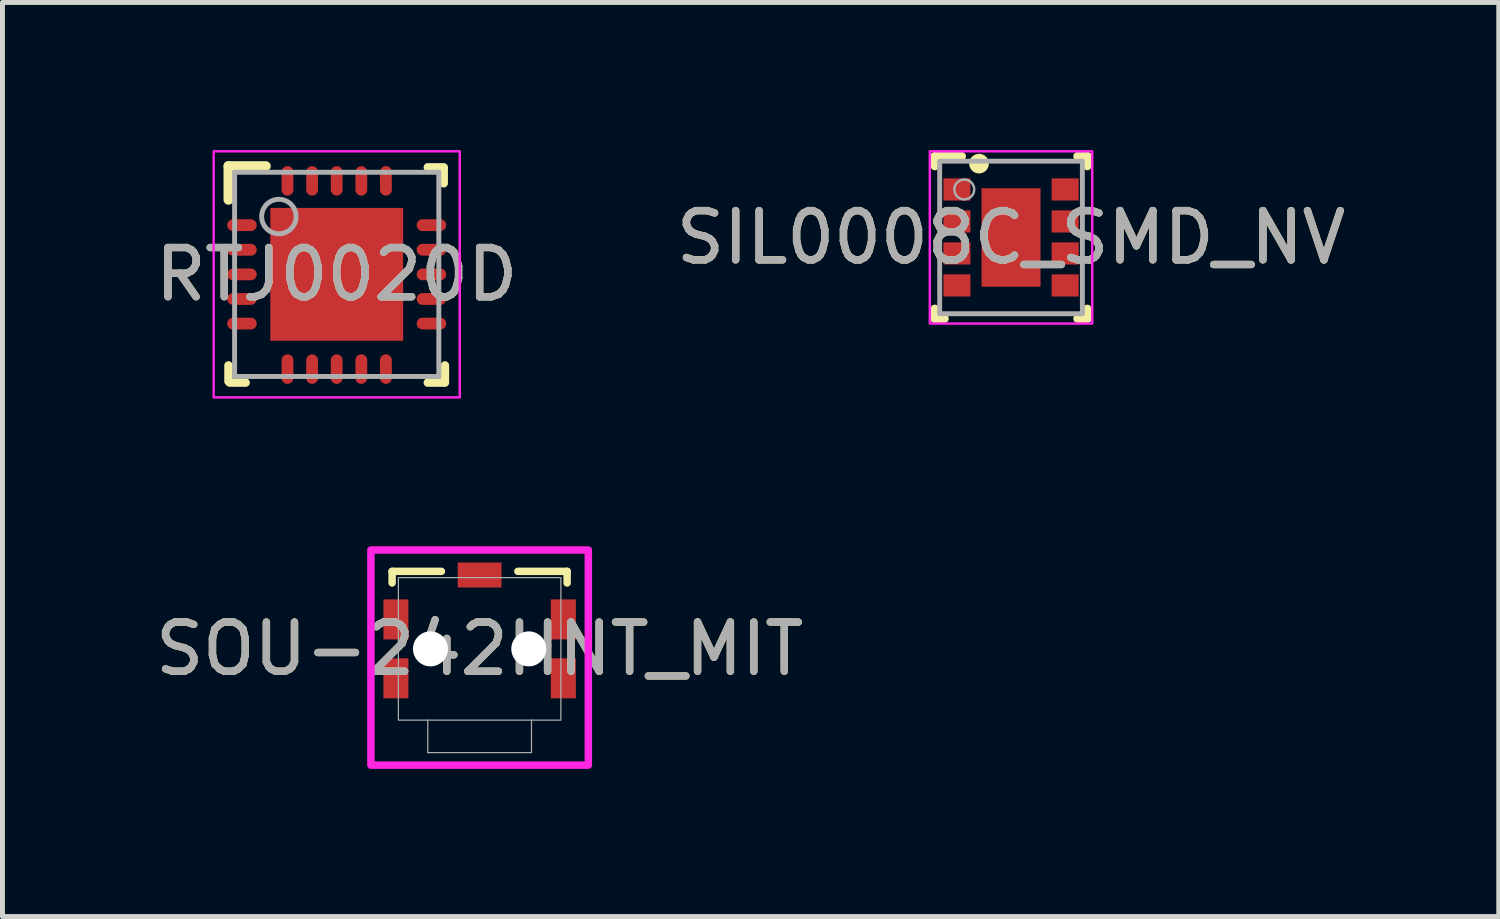
<source format=kicad_pcb>
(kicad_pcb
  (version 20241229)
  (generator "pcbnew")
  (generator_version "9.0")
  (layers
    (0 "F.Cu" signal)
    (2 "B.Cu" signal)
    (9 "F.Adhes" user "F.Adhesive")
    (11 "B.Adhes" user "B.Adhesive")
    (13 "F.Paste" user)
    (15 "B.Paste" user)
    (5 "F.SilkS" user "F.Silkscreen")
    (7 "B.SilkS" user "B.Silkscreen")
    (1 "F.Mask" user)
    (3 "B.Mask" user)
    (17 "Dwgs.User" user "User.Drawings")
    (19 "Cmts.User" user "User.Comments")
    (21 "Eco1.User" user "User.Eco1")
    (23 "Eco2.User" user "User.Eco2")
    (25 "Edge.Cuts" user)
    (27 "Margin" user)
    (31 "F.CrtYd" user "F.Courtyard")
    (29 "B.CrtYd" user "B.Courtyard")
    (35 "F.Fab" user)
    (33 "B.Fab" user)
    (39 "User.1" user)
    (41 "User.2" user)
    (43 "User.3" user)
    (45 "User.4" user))
  (footprint "SIL0008C_SMD_NV"
    (layer "F.Cu")
    (at 17.494 1.775)
    (property "Reference" "SIL0008C_SMD_NV" (at 0 0 0) (unlocked yes) (layer "F.SilkS") (effects (font (size 1 1) (thickness 0.15))))
    (attr smd)
    (fp_line (start -1.55 -1.65) (end -1 -1.65) (stroke (width 0.17) (type solid)) (layer "F.SilkS"))
    (fp_line (start -1.55 -1.45) (end -1.55 -1.65) (stroke (width 0.17) (type solid)) (layer "F.SilkS"))
    (fp_line (start -1.55 1.65) (end -1.55 1.45) (stroke (width 0.17) (type solid)) (layer "F.SilkS"))
    (fp_line (start -1.55 1.65) (end -1.35 1.65) (stroke (width 0.17) (type solid)) (layer "F.SilkS"))
    (fp_line (start 1.35 -1.65) (end 1.55 -1.65) (stroke (width 0.17) (type solid)) (layer "F.SilkS"))
    (fp_line (start 1.35 1.65) (end 1.55 1.65) (stroke (width 0.17) (type solid)) (layer "F.SilkS"))
    (fp_line (start 1.55 -1.45) (end 1.55 -1.65) (stroke (width 0.17) (type solid)) (layer "F.SilkS"))
    (fp_line (start 1.55 1.65) (end 1.55 1.45) (stroke (width 0.17) (type solid)) (layer "F.SilkS"))
    (fp_circle (center -0.65 -1.5) (end -0.45 -1.5) (stroke (width 0) (type solid)) (fill yes) (layer "F.SilkS"))
    (fp_poly (pts (xy -0.52 -0.1) (xy 0.52 -0.1) (xy 0.52 -0.95) (xy -0.52 -0.95)) (stroke (width 0) (type solid)) (fill yes) (layer "F.Paste"))
    (fp_poly (pts (xy -0.52 0.95) (xy 0.52 0.95) (xy 0.52 0.1) (xy -0.52 0.1)) (stroke (width 0) (type solid)) (fill yes) (layer "F.Paste"))
    (fp_rect (start -1.65 -1.75) (end 1.65 1.75) (stroke (width 0.05) (type default)) (fill no) (layer "F.CrtYd"))
    (fp_rect (start -1.45 -1.55) (end 1.45 1.55) (stroke (width 0.1) (type solid)) (fill no) (layer "F.Fab"))
    (fp_circle (center -0.95 -0.975) (end -0.748 -0.975) (stroke (width 0.05) (type solid)) (fill no) (layer "F.Fab"))
    (fp_text user "${REFERENCE}" (at 0 0 0) (unlocked yes) (layer "F.Fab") (effects (font (size 1 1) (thickness 0.15))))
    (pad "1" smd rect (at -1.1 -0.975) (size 0.55 0.45) (layers "F.Cu" "F.Mask" "F.Paste"))
    (pad "2" smd rect (at -1.1 -0.325) (size 0.55 0.45) (layers "F.Cu" "F.Mask" "F.Paste"))
    (pad "3" smd rect (at -1.1 0.325) (size 0.55 0.45) (layers "F.Cu" "F.Mask" "F.Paste"))
    (pad "4" smd rect (at -1.1 0.975) (size 0.55 0.45) (layers "F.Cu" "F.Mask" "F.Paste"))
    (pad "5" smd rect (at 1.1 0.975) (size 0.55 0.45) (layers "F.Cu" "F.Mask" "F.Paste"))
    (pad "6" smd rect (at 1.1 0.325) (size 0.55 0.45) (layers "F.Cu" "F.Mask" "F.Paste"))
    (pad "7" smd rect (at 1.1 -0.325) (size 0.55 0.45) (layers "F.Cu" "F.Mask" "F.Paste"))
    (pad "8" smd rect (at 1.1 -0.975) (size 0.55 0.45) (layers "F.Cu" "F.Mask" "F.Paste"))
    (pad "9" smd rect (at 0 0) (size 1.2 2) (layers "F.Cu" "F.Mask" "F.Paste")))
  (footprint "RTJ0020D"
    (layer "F.Cu")
    (at 3.792 2.525)
    (property "Reference" "RTJ0020D" (at 0 0 0) (unlocked yes) (layer "F.SilkS") (effects (font (size 1 1) (thickness 0.15))))
    (attr smd)
    (fp_line (start -2.2 -2.2) (end -1.44 -2.2) (stroke (width 0.2) (type solid)) (layer "F.SilkS"))
    (fp_line (start -2.2 -1.515) (end -2.2 -2.2) (stroke (width 0.2) (type solid)) (layer "F.SilkS"))
    (fp_line (start -2.2 2.175) (end -2.2 1.85) (stroke (width 0.17) (type solid)) (layer "F.SilkS"))
    (fp_line (start -2.175 2.2) (end -1.85 2.2) (stroke (width 0.17) (type solid)) (layer "F.SilkS"))
    (fp_line (start 1.85 -2.175) (end 2.175 -2.175) (stroke (width 0.17) (type solid)) (layer "F.SilkS"))
    (fp_line (start 1.85 2.2) (end 2.175 2.2) (stroke (width 0.17) (type solid)) (layer "F.SilkS"))
    (fp_line (start 2.175 -1.85) (end 2.175 -2.15) (stroke (width 0.17) (type solid)) (layer "F.SilkS"))
    (fp_line (start 2.2 2.2) (end 2.2 1.85) (stroke (width 0.17) (type solid)) (layer "F.SilkS"))
    (fp_poly (pts (xy -1.288 -0.1) (xy -0.1 -0.1) (xy -0.1 -1.288) (xy -1.288 -1.288)) (stroke (width 0) (type solid)) (fill yes) (layer "F.Paste"))
    (fp_poly (pts (xy -1.288 1.288) (xy -0.1 1.288) (xy -0.1 0.1) (xy -1.288 0.1)) (stroke (width 0) (type solid)) (fill yes) (layer "F.Paste"))
    (fp_poly (pts (xy 0.1 -0.1) (xy 1.288 -0.1) (xy 1.288 -1.288) (xy 0.1 -1.288)) (stroke (width 0) (type solid)) (fill yes) (layer "F.Paste"))
    (fp_poly (pts (xy 0.1 1.288) (xy 1.288 1.288) (xy 1.288 0.1) (xy 0.1 0.1)) (stroke (width 0) (type solid)) (fill yes) (layer "F.Paste"))
    (fp_rect (start -2.5 -2.5) (end 2.5 2.5) (stroke (width 0.05) (type default)) (fill no) (layer "F.CrtYd"))
    (fp_line (start -2.075 -2.075) (end 2.075 -2.075) (stroke (width 0.1) (type solid)) (layer "F.Fab"))
    (fp_line (start -2.075 2.075) (end -2.075 -2.075) (stroke (width 0.1) (type solid)) (layer "F.Fab"))
    (fp_line (start -2.075 2.075) (end 2.075 2.075) (stroke (width 0.1) (type solid)) (layer "F.Fab"))
    (fp_line (start 2.075 2.075) (end 2.075 -2.075) (stroke (width 0.1) (type solid)) (layer "F.Fab"))
    (fp_circle (center -1.175 -1.175) (end -0.825 -1.175) (stroke (width 0.1) (type solid)) (fill no) (layer "F.Fab"))
    (fp_text user "${REFERENCE}" (at 0 0 0) (unlocked yes) (layer "F.Fab") (effects (font (size 1 1) (thickness 0.15))))
    (pad "1" smd oval (at -1.925 -1 90) (size 0.24 0.6) (layers "F.Cu" "F.Mask" "F.Paste"))
    (pad "2" smd oval (at -1.925 -0.5 90) (size 0.24 0.6) (layers "F.Cu" "F.Mask" "F.Paste"))
    (pad "3" smd oval (at -1.925 -0.000003 90) (size 0.24 0.6) (layers "F.Cu" "F.Mask" "F.Paste"))
    (pad "4" smd oval (at -1.925 0.5 90) (size 0.24 0.6) (layers "F.Cu" "F.Mask" "F.Paste"))
    (pad "5" smd oval (at -1.925 1 90) (size 0.24 0.6) (layers "F.Cu" "F.Mask" "F.Paste"))
    (pad "6" smd oval (at -1 1.925) (size 0.24 0.6) (layers "F.Cu" "F.Mask" "F.Paste"))
    (pad "7" smd oval (at -0.5 1.925) (size 0.24 0.6) (layers "F.Cu" "F.Mask" "F.Paste"))
    (pad "8" smd oval (at 0 1.925) (size 0.24 0.6) (layers "F.Cu" "F.Mask" "F.Paste"))
    (pad "9" smd oval (at 0.5 1.925) (size 0.24 0.6) (layers "F.Cu" "F.Mask" "F.Paste"))
    (pad "10" smd oval (at 1 1.925) (size 0.24 0.6) (layers "F.Cu" "F.Mask" "F.Paste"))
    (pad "11" smd oval (at 1.925 1 90) (size 0.24 0.6) (layers "F.Cu" "F.Mask" "F.Paste"))
    (pad "12" smd oval (at 1.925 0.5 90) (size 0.24 0.6) (layers "F.Cu" "F.Mask" "F.Paste"))
    (pad "13" smd oval (at 1.925 -0.000003 90) (size 0.24 0.6) (layers "F.Cu" "F.Mask" "F.Paste"))
    (pad "14" smd oval (at 1.925 -0.5 90) (size 0.24 0.6) (layers "F.Cu" "F.Mask" "F.Paste"))
    (pad "15" smd oval (at 1.925 -1 90) (size 0.24 0.6) (layers "F.Cu" "F.Mask" "F.Paste"))
    (pad "16" smd oval (at 1 -1.9) (size 0.24 0.6) (layers "F.Cu" "F.Mask" "F.Paste"))
    (pad "17" smd oval (at 0.5 -1.9) (size 0.24 0.6) (layers "F.Cu" "F.Mask" "F.Paste"))
    (pad "18" smd oval (at 0 -1.9) (size 0.24 0.6) (layers "F.Cu" "F.Mask" "F.Paste"))
    (pad "19" smd oval (at -0.5 -1.9) (size 0.24 0.6) (layers "F.Cu" "F.Mask" "F.Paste"))
    (pad "20" smd oval (at -1 -1.9) (size 0.24 0.6) (layers "F.Cu" "F.Mask" "F.Paste"))
    (pad "21" smd rect (at 0 -0.000003) (size 2.7 2.7) (layers "F.Cu" "F.Mask")))
  (footprint "SOU-242HNT_MIT"
    (layer "F.Cu")
    (at 6.696 10.135)
    (property "Reference" "SOU-242HNT_MIT" (at 0 0 0) (unlocked yes) (layer "F.SilkS") (effects (font (size 1 1) (thickness 0.15))))
    (attr smd)
    (fp_line (start -1.778 -1.575) (end -0.777 -1.575) (stroke (width 0.152) (type solid)) (layer "F.SilkS"))
    (fp_line (start -1.778 -1.339) (end -1.778 -1.575) (stroke (width 0.152) (type solid)) (layer "F.SilkS"))
    (fp_line (start 0.777 -1.575) (end 1.778 -1.575) (stroke (width 0.152) (type solid)) (layer "F.SilkS"))
    (fp_line (start 1.778 -1.575) (end 1.778 -1.339) (stroke (width 0.152) (type solid)) (layer "F.SilkS"))
    (fp_rect (start -2.209 -2.009) (end 2.209 2.362) (stroke (width 0.152) (type solid)) (fill no) (layer "F.CrtYd"))
    (fp_line (start -1.054 1.448) (end -1.054 2.108) (stroke (width 0.025) (type solid)) (layer "F.Fab"))
    (fp_line (start -1.054 2.108) (end 1.054 2.108) (stroke (width 0.025) (type solid)) (layer "F.Fab"))
    (fp_line (start 1.054 2.108) (end 1.054 1.448) (stroke (width 0.025) (type solid)) (layer "F.Fab"))
    (fp_rect (start -1.651 -1.448) (end 1.651 1.448) (stroke (width 0.025) (type solid)) (fill no) (layer "F.Fab"))
    (fp_text user "${REFERENCE}" (at 0 0 0) (unlocked yes) (layer "F.Fab") (effects (font (size 1 1) (thickness 0.15))))
    (pad "" np_thru_hole circle (at -0.999 0) (size 0.711 0.711) (drill 0.711) (layers "*.Cu" "*.Mask"))
    (pad "" np_thru_hole circle (at 0.999 0) (size 0.711 0.711) (drill 0.711) (layers "*.Cu" "*.Mask"))
    (pad "A" smd rect (at -1.701 0.599) (size 0.508 0.813) (layers "F.Cu" "F.Mask" "F.Paste"))
    (pad "B1" smd rect (at 1.701 -0.599) (size 0.508 0.813) (layers "F.Cu" "F.Mask" "F.Paste"))
    (pad "B2" smd rect (at 1.701 0.599) (size 0.508 0.813) (layers "F.Cu" "F.Mask" "F.Paste"))
    (pad "B3" smd rect (at 0 -1.501) (size 0.889 0.508) (layers "F.Cu" "F.Mask" "F.Paste"))
    (pad "G" smd rect (at -1.701 -0.599) (size 0.508 0.813) (layers "F.Cu" "F.Mask" "F.Paste")))
  (gr_rect
    (start -3 -3)
    (end 27.405 15.574)
    (stroke (width 0.1) (type default))
    (fill no)
    (layer "Edge.Cuts")))
</source>
